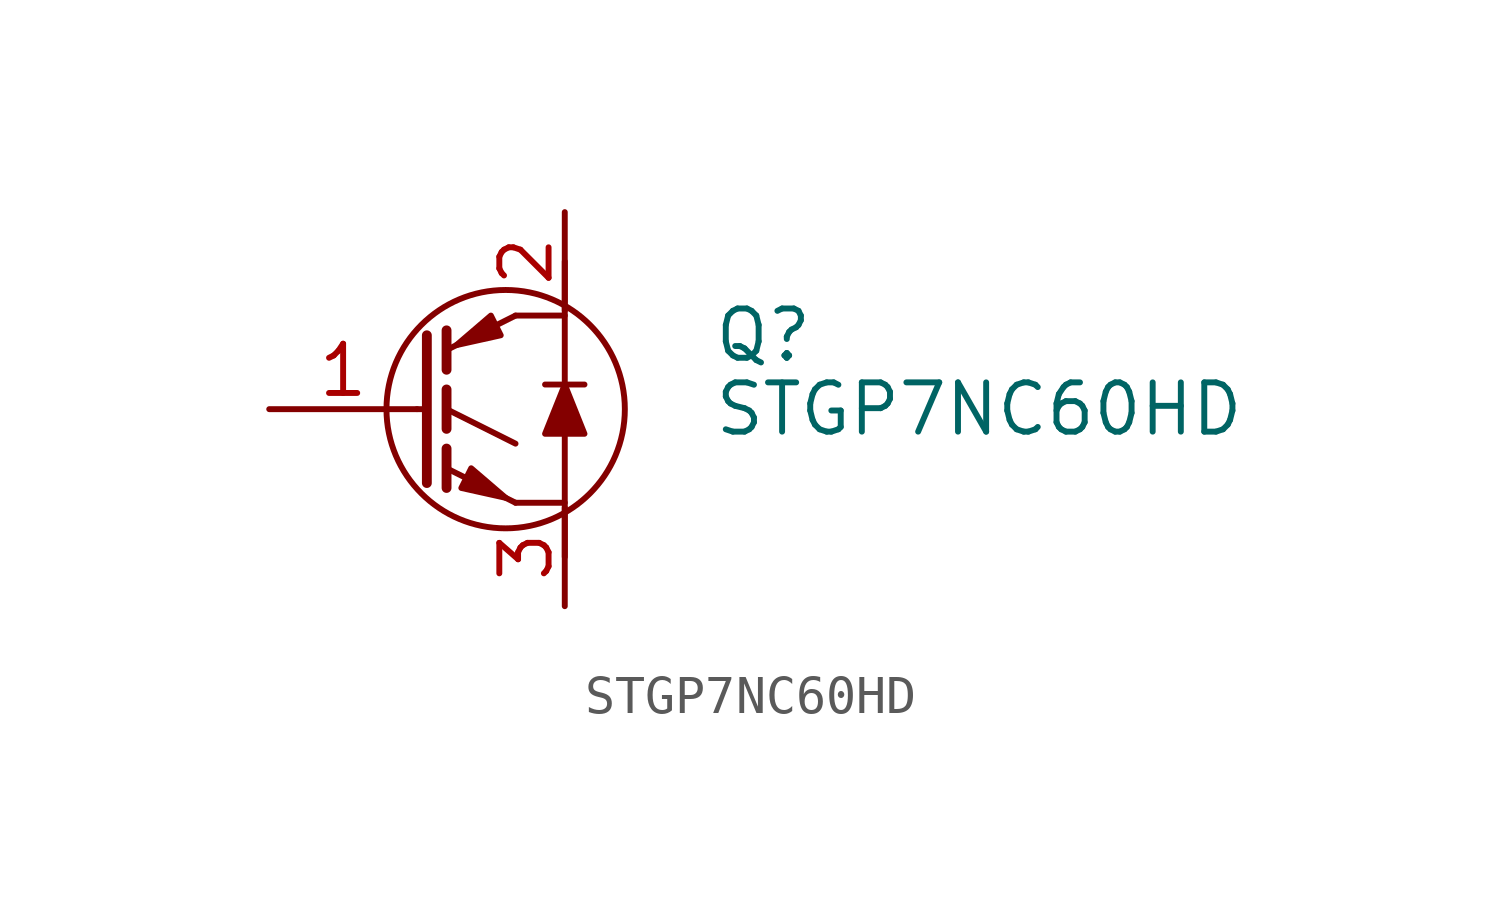
<source format=kicad_sym>
(kicad_symbol_lib
  (version 20201005)
  (generator kicad_symbol_editor)
  (symbol "STGP7NC60HD"
    (pin_names
      (offset 0) hide)
    (property "Reference" "Q"
      (at 6.35 1.905 0)
      (effects (font (size 1.27 1.27)) (justify left)))
    (property "Value" "STGP7NC60HD"
      (at 6.35 0 0)
      (effects (font (size 1.27 1.27)) (justify left)))
    (symbol "STGP7NC60HD_0_1"
      (circle (center 1.016 0) (radius 3.073) (stroke (width 0)) (fill (type none)))
      (polyline (pts (xy -1.27 0) (xy -1.016 0)) (stroke (width 0)) (fill (type none)))
      (polyline (pts (xy 1.27 -2.413) (xy 2.54 -2.413)) (stroke (width 0)) (fill (type none)))
      (polyline (pts (xy 1.27 2.413) (xy 2.54 2.413)) (stroke (width 0)) (fill (type none)))
      (polyline (pts (xy 2.032 0.635) (xy 3.048 0.635)) (stroke (width 0)) (fill (type none)))
      (polyline (pts (xy 2.54 3.81) (xy 2.54 -3.81)) (stroke (width 0)) (fill (type none)))
      (polyline (pts (xy 2.54 0.635) (xy 2.032 -0.635) (xy 3.048 -0.635) (xy 2.54 0.635)) (stroke (width 0)) (fill (type outline))))
    (symbol "STGP7NC60HD_1_1"
      (polyline (pts (xy -0.508 -1.016) (xy -0.508 -2.032)) (stroke (width 0.254)) (fill (type none)))
      (polyline (pts (xy -0.508 0.508) (xy -0.508 -0.508)) (stroke (width 0.254)) (fill (type none)))
      (polyline (pts (xy -0.508 2.032) (xy -0.508 1.016)) (stroke (width 0.254)) (fill (type none)))
      (polyline (pts (xy 1.27 -2.413) (xy -0.508 -1.524)) (stroke (width 0)) (fill (type none)))
      (polyline (pts (xy 1.27 -0.889) (xy -0.508 0)) (stroke (width 0)) (fill (type none)))
      (polyline (pts (xy 1.27 2.413) (xy -0.508 1.524)) (stroke (width 0)) (fill (type none)))
      (polyline (pts (xy -1.016 1.905) (xy -1.016 -1.905) (xy -1.016 -1.905)) (stroke (width 0.254)) (fill (type none)))
      (polyline (pts (xy -0.127 -2.032) (xy 0.127 -1.524) (xy 1.016 -2.286) (xy -0.127 -2.032)) (stroke (width 0)) (fill (type outline)))
      (polyline (pts (xy 0.889 1.905) (xy 0.635 2.413) (xy -0.254 1.651) (xy 0.889 1.905)) (stroke (width 0)) (fill (type outline)))
      (pin input line (at -5.08 0 0) (length 3.81) (name "G" (effects (font (size 1.27 1.27)))) (number "1" (effects (font (size 1.27 1.27)))))
      (pin passive line (at 2.54 5.08 270) (length 2.54) (name "C" (effects (font (size 1.27 1.27)))) (number "2" (effects (font (size 1.27 1.27)))))
      (pin passive line (at 2.54 -5.08 90) (length 2.54) (name "E" (effects (font (size 1.27 1.27)))) (number "3" (effects (font (size 1.27 1.27))))))))
</source>
